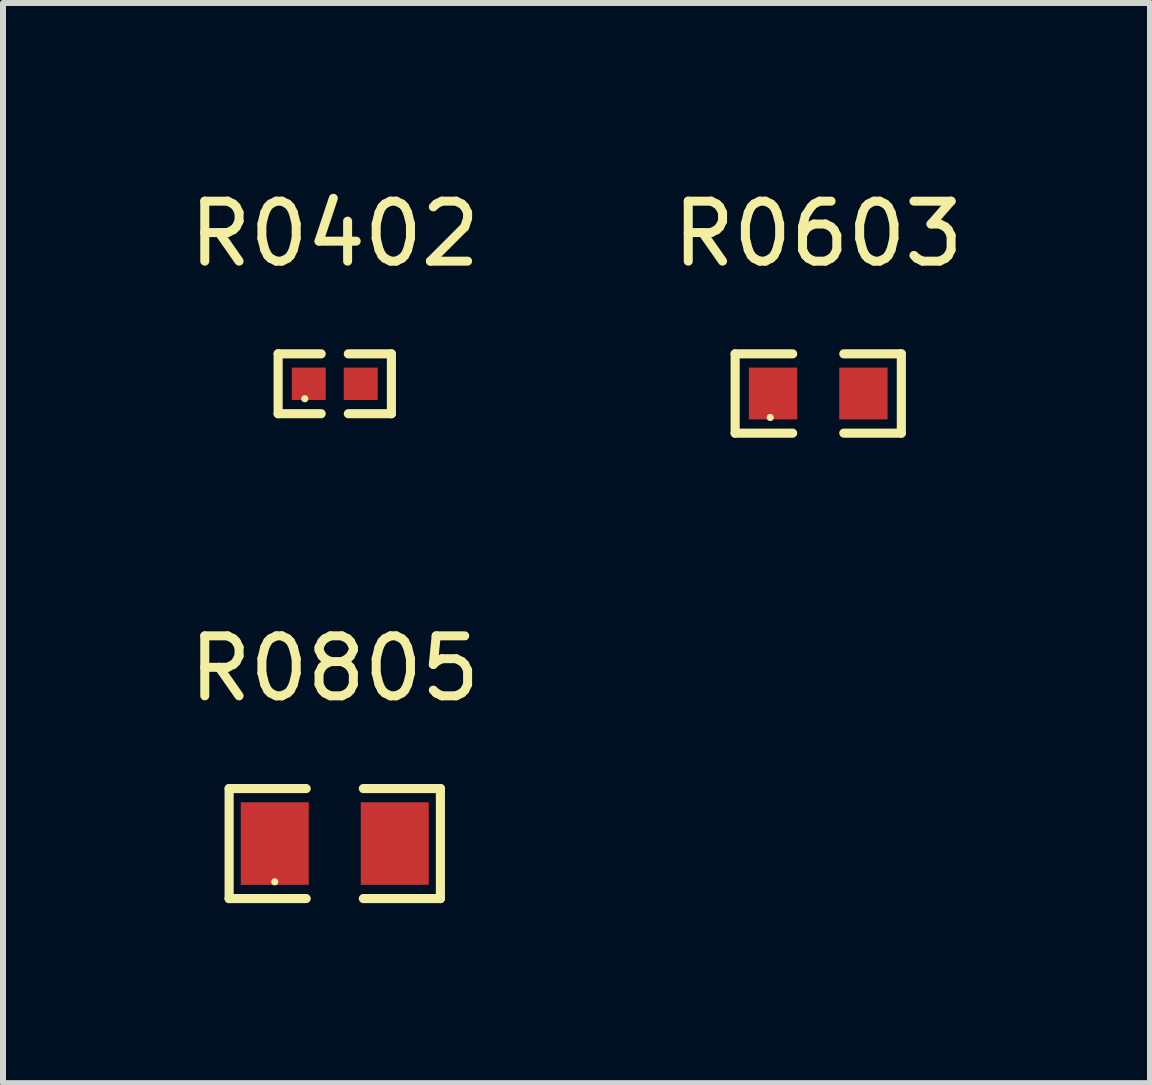
<source format=kicad_pcb>
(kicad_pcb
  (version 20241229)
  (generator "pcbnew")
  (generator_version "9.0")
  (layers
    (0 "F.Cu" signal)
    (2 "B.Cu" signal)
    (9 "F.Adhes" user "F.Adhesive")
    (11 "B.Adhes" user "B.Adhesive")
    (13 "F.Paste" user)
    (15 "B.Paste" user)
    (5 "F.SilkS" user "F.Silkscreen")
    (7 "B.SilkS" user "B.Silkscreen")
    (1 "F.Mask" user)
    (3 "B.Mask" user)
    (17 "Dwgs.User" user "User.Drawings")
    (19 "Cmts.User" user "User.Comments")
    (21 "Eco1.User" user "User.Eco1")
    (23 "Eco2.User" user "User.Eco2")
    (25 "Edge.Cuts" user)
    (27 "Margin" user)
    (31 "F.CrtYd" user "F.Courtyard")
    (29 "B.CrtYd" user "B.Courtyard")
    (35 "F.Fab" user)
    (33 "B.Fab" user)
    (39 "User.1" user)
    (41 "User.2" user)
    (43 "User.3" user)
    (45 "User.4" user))
  (footprint "R0603"
    (layer "F.Cu")
    (at 10.589 3.509)
    (property "Reference" "R0603" (at 0 -2.661 0) (layer "F.SilkS") (effects (font (size 1 1) (thickness 0.15))))
    (attr smd)
    (fp_line (start -1.385 -0.661) (end -0.426 -0.661) (stroke (width 0.152) (type solid)) (layer "F.SilkS"))
    (fp_line (start -1.385 0.661) (end -1.385 -0.661) (stroke (width 0.152) (type solid)) (layer "F.SilkS"))
    (fp_line (start -0.426 0.661) (end -1.385 0.661) (stroke (width 0.152) (type solid)) (layer "F.SilkS"))
    (fp_line (start 0.426 0.661) (end 1.385 0.661) (stroke (width 0.152) (type solid)) (layer "F.SilkS"))
    (fp_line (start 1.385 -0.661) (end 0.426 -0.661) (stroke (width 0.152) (type solid)) (layer "F.SilkS"))
    (fp_line (start 1.385 0.661) (end 1.385 -0.661) (stroke (width 0.152) (type solid)) (layer "F.SilkS"))
    (fp_circle (center -0.8 0.4) (end -0.77 0.4) (stroke (width 0.06) (type solid)) (fill no) (layer "F.SilkS"))
    (pad "1" smd rect (at -0.753 0) (size 0.806 0.864) (layers "F.Cu" "F.Mask" "F.Paste"))
    (pad "2" smd rect (at 0.753 0) (size 0.806 0.864) (layers "F.Cu" "F.Mask" "F.Paste")))
  (footprint "R0402"
    (layer "F.Cu")
    (at 2.53 3.347)
    (property "Reference" "R0402" (at 0 -2.499 0) (layer "F.SilkS") (effects (font (size 1 1) (thickness 0.15))))
    (attr smd)
    (fp_line (start -0.944 -0.499) (end -0.226 -0.499) (stroke (width 0.152) (type solid)) (layer "F.SilkS"))
    (fp_line (start -0.944 0.499) (end -0.944 -0.499) (stroke (width 0.152) (type solid)) (layer "F.SilkS"))
    (fp_line (start -0.226 0.499) (end -0.944 0.499) (stroke (width 0.152) (type solid)) (layer "F.SilkS"))
    (fp_line (start 0.226 0.499) (end 0.944 0.499) (stroke (width 0.152) (type solid)) (layer "F.SilkS"))
    (fp_line (start 0.944 -0.499) (end 0.226 -0.499) (stroke (width 0.152) (type solid)) (layer "F.SilkS"))
    (fp_line (start 0.944 0.499) (end 0.944 -0.499) (stroke (width 0.152) (type solid)) (layer "F.SilkS"))
    (fp_circle (center -0.5 0.25) (end -0.47 0.25) (stroke (width 0.06) (type solid)) (fill no) (layer "F.SilkS"))
    (pad "1" smd rect (at -0.433 0) (size 0.566 0.54) (layers "F.Cu" "F.Mask" "F.Paste"))
    (pad "2" smd rect (at 0.433 0) (size 0.566 0.54) (layers "F.Cu" "F.Mask" "F.Paste")))
  (footprint "R0805"
    (layer "F.Cu")
    (at 2.53 11.011)
    (property "Reference" "R0805" (at 0 -2.917 0) (layer "F.SilkS") (effects (font (size 1 1) (thickness 0.15))))
    (attr smd)
    (fp_line (start -1.761 -0.917) (end -0.476 -0.917) (stroke (width 0.152) (type solid)) (layer "F.SilkS"))
    (fp_line (start -1.761 0.917) (end -1.761 -0.917) (stroke (width 0.152) (type solid)) (layer "F.SilkS"))
    (fp_line (start -0.476 0.917) (end -1.761 0.917) (stroke (width 0.152) (type solid)) (layer "F.SilkS"))
    (fp_line (start 0.476 0.917) (end 1.761 0.917) (stroke (width 0.152) (type solid)) (layer "F.SilkS"))
    (fp_line (start 1.761 -0.917) (end 0.476 -0.917) (stroke (width 0.152) (type solid)) (layer "F.SilkS"))
    (fp_line (start 1.761 0.917) (end 1.761 -0.917) (stroke (width 0.152) (type solid)) (layer "F.SilkS"))
    (fp_circle (center -1 0.638) (end -0.97 0.638) (stroke (width 0.06) (type solid)) (fill no) (layer "F.SilkS"))
    (pad "1" smd rect (at -1 0) (size 1.133 1.377) (layers "F.Cu" "F.Mask" "F.Paste"))
    (pad "2" smd rect (at 1 0) (size 1.133 1.377) (layers "F.Cu" "F.Mask" "F.Paste")))
  (gr_rect
    (start -3 -3)
    (end 16.119 15.004)
    (stroke (width 0.1) (type default))
    (fill no)
    (layer "Edge.Cuts")))
</source>
